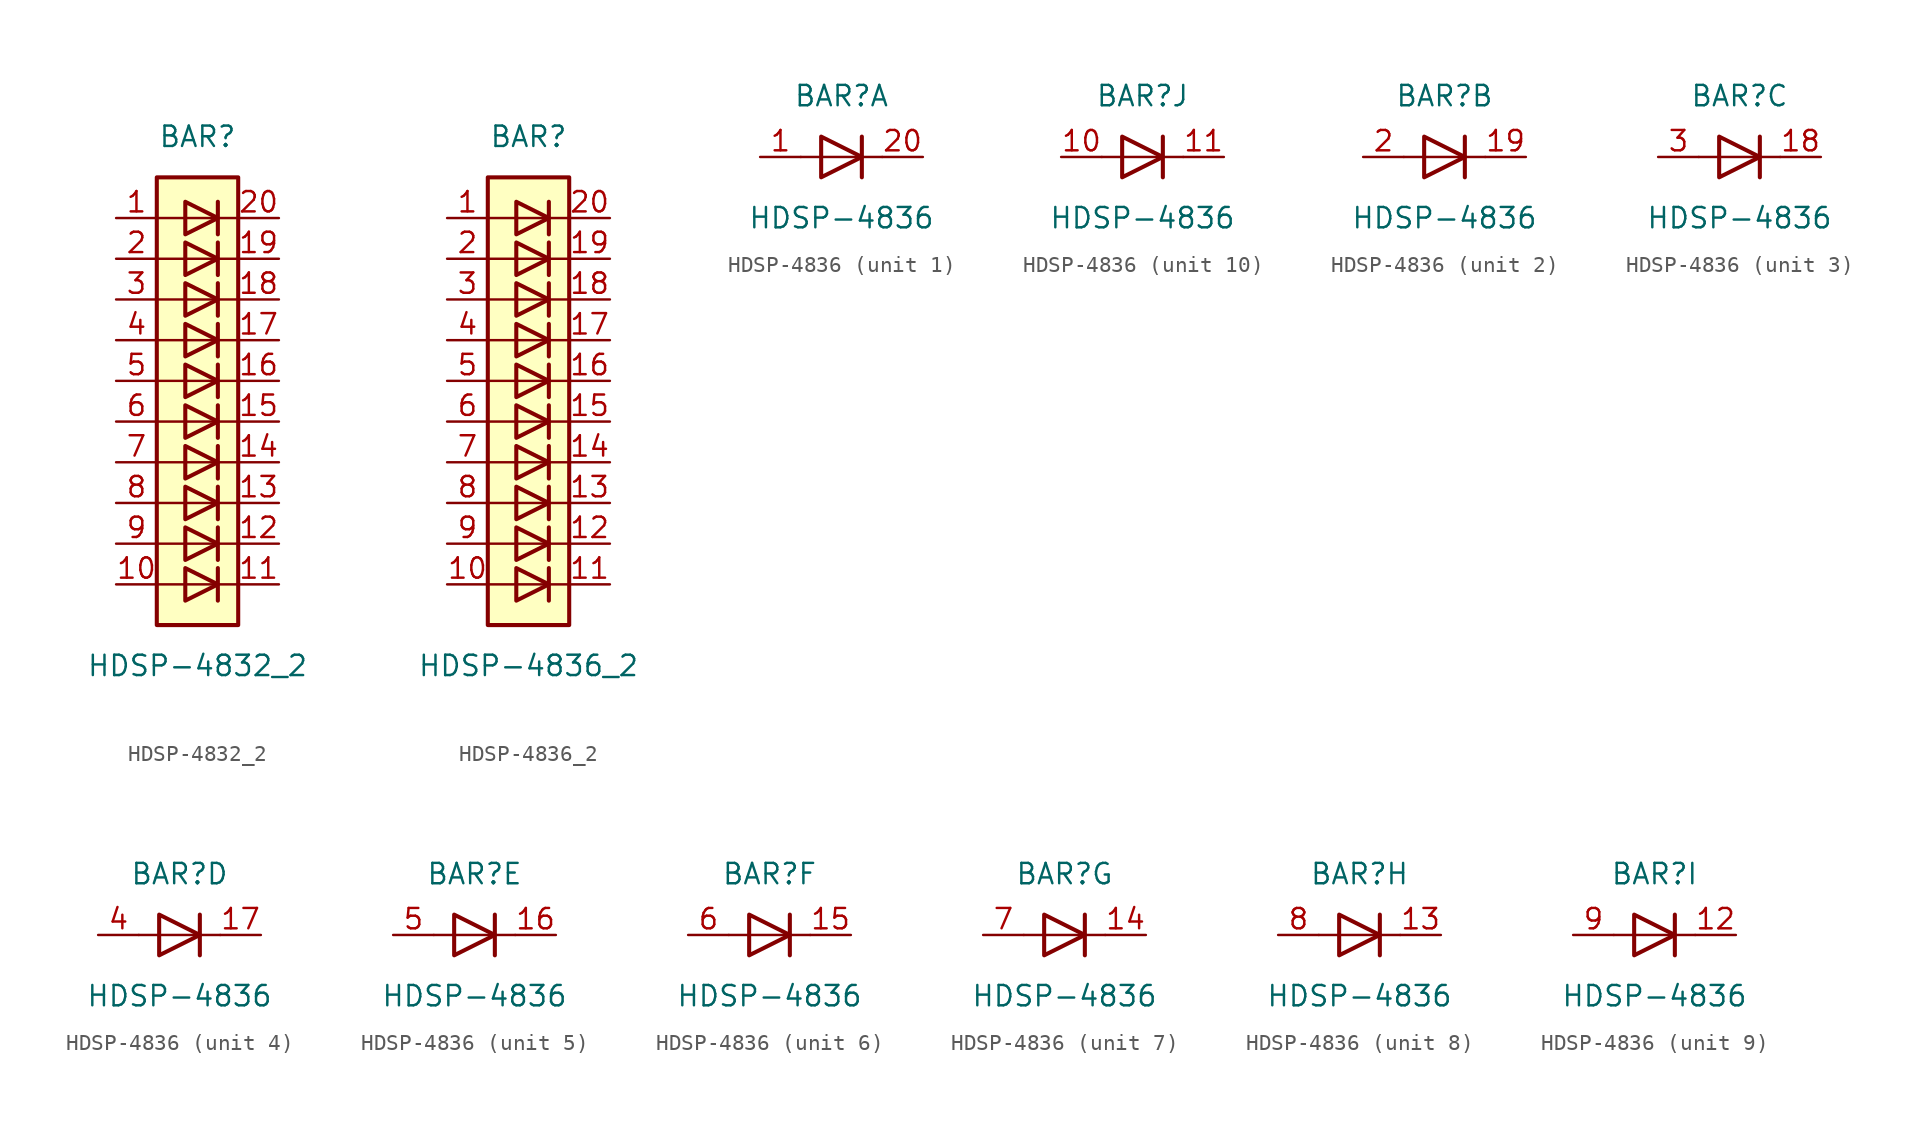
<source format=kicad_sym>
(kicad_symbol_lib
  (version 20201005)
  (generator kicad_symbol_editor)
  (symbol "LED:HDSP-4832_2"
    (pin_names
      (offset 1.016) hide)
    (property "Reference" "BAR"
      (at 0 15.24 0)
      (effects (font (size 1.27 1.27))))
    (property "Value" "HDSP-4832_2"
      (at 0 -17.78 0)
      (effects (font (size 1.27 1.27))))
    (symbol "HDSP-4832_2_0_1"
      (rectangle (start -2.54 12.7) (end 2.54 -15.24) (stroke (width 0.254)) (fill (type background)))
      (polyline (pts (xy -2.54 -12.7) (xy 2.54 -12.7)) (stroke (width 0)) (fill (type none)))
      (polyline (pts (xy -2.54 -10.16) (xy 2.54 -10.16)) (stroke (width 0)) (fill (type none)))
      (polyline (pts (xy -2.54 -7.62) (xy 2.54 -7.62)) (stroke (width 0)) (fill (type none)))
      (polyline (pts (xy -2.54 -5.08) (xy 2.54 -5.08)) (stroke (width 0)) (fill (type none)))
      (polyline (pts (xy -2.54 0) (xy 2.54 0)) (stroke (width 0)) (fill (type none)))
      (polyline (pts (xy -2.54 5.08) (xy 2.54 5.08)) (stroke (width 0)) (fill (type none)))
      (polyline (pts (xy -2.54 7.62) (xy 2.54 7.62)) (stroke (width 0)) (fill (type none)))
      (polyline (pts (xy -2.54 10.16) (xy 2.54 10.16)) (stroke (width 0)) (fill (type none)))
      (polyline (pts (xy 1.27 -11.684) (xy 1.27 -13.716)) (stroke (width 0.254)) (fill (type none)))
      (polyline (pts (xy 1.27 -9.144) (xy 1.27 -11.176)) (stroke (width 0.254)) (fill (type none)))
      (polyline (pts (xy 1.27 -6.604) (xy 1.27 -8.636)) (stroke (width 0.254)) (fill (type none)))
      (polyline (pts (xy 1.27 -4.064) (xy 1.27 -6.096)) (stroke (width 0.254)) (fill (type none)))
      (polyline (pts (xy 1.27 -1.524) (xy 1.27 -3.556)) (stroke (width 0.254)) (fill (type none)))
      (polyline (pts (xy 1.27 1.016) (xy 1.27 -1.016)) (stroke (width 0.254)) (fill (type none)))
      (polyline (pts (xy 1.27 3.556) (xy 1.27 1.524)) (stroke (width 0.254)) (fill (type none)))
      (polyline (pts (xy 1.27 6.096) (xy 1.27 4.064)) (stroke (width 0.254)) (fill (type none)))
      (polyline (pts (xy 1.27 8.636) (xy 1.27 6.604)) (stroke (width 0.254)) (fill (type none)))
      (polyline (pts (xy 1.27 11.176) (xy 1.27 9.144)) (stroke (width 0.254)) (fill (type none)))
      (polyline (pts (xy 2.54 -2.54) (xy -2.54 -2.54)) (stroke (width 0)) (fill (type none)))
      (polyline (pts (xy 2.54 2.54) (xy -2.54 2.54)) (stroke (width 0)) (fill (type none)))
      (polyline (pts (xy -0.762 -11.684) (xy -0.762 -13.716) (xy 1.27 -12.7) (xy -0.762 -11.684)) (stroke (width 0.254)) (fill (type none)))
      (polyline (pts (xy -0.762 -9.144) (xy -0.762 -11.176) (xy 1.27 -10.16) (xy -0.762 -9.144)) (stroke (width 0.254)) (fill (type none)))
      (polyline (pts (xy -0.762 -6.604) (xy -0.762 -8.636) (xy 1.27 -7.62) (xy -0.762 -6.604)) (stroke (width 0.254)) (fill (type none)))
      (polyline (pts (xy -0.762 -4.064) (xy -0.762 -6.096) (xy 1.27 -5.08) (xy -0.762 -4.064)) (stroke (width 0.254)) (fill (type none)))
      (polyline (pts (xy -0.762 -1.524) (xy -0.762 -3.556) (xy 1.27 -2.54) (xy -0.762 -1.524)) (stroke (width 0.254)) (fill (type none)))
      (polyline (pts (xy -0.762 1.016) (xy -0.762 -1.016) (xy 1.27 0) (xy -0.762 1.016)) (stroke (width 0.254)) (fill (type none)))
      (polyline (pts (xy -0.762 3.556) (xy -0.762 1.524) (xy 1.27 2.54) (xy -0.762 3.556)) (stroke (width 0.254)) (fill (type none)))
      (polyline (pts (xy -0.762 6.096) (xy -0.762 4.064) (xy 1.27 5.08) (xy -0.762 6.096)) (stroke (width 0.254)) (fill (type none)))
      (polyline (pts (xy -0.762 8.636) (xy -0.762 6.604) (xy 1.27 7.62) (xy -0.762 8.636)) (stroke (width 0.254)) (fill (type none)))
      (polyline (pts (xy -0.762 11.176) (xy -0.762 9.144) (xy 1.27 10.16) (xy -0.762 11.176)) (stroke (width 0.254)) (fill (type none))))
    (symbol "HDSP-4832_2_1_1"
      (pin passive line (at -5.08 10.16 0) (length 2.54) (name "A" (effects (font (size 1.27 1.27)))) (number "1" (effects (font (size 1.27 1.27)))))
      (pin passive line (at -5.08 -12.7 0) (length 2.54) (name "A" (effects (font (size 1.27 1.27)))) (number "10" (effects (font (size 1.27 1.27)))))
      (pin passive line (at 5.08 -12.7 180) (length 2.54) (name "K" (effects (font (size 1.27 1.27)))) (number "11" (effects (font (size 1.27 1.27)))))
      (pin passive line (at 5.08 -10.16 180) (length 2.54) (name "K" (effects (font (size 1.27 1.27)))) (number "12" (effects (font (size 1.27 1.27)))))
      (pin passive line (at 5.08 -7.62 180) (length 2.54) (name "K" (effects (font (size 1.27 1.27)))) (number "13" (effects (font (size 1.27 1.27)))))
      (pin passive line (at 5.08 -5.08 180) (length 2.54) (name "K" (effects (font (size 1.27 1.27)))) (number "14" (effects (font (size 1.27 1.27)))))
      (pin passive line (at 5.08 -2.54 180) (length 2.54) (name "K" (effects (font (size 1.27 1.27)))) (number "15" (effects (font (size 1.27 1.27)))))
      (pin passive line (at 5.08 0 180) (length 2.54) (name "K" (effects (font (size 1.27 1.27)))) (number "16" (effects (font (size 1.27 1.27)))))
      (pin passive line (at 5.08 2.54 180) (length 2.54) (name "K" (effects (font (size 1.27 1.27)))) (number "17" (effects (font (size 1.27 1.27)))))
      (pin passive line (at 5.08 5.08 180) (length 2.54) (name "K" (effects (font (size 1.27 1.27)))) (number "18" (effects (font (size 1.27 1.27)))))
      (pin passive line (at 5.08 7.62 180) (length 2.54) (name "K" (effects (font (size 1.27 1.27)))) (number "19" (effects (font (size 1.27 1.27)))))
      (pin passive line (at -5.08 7.62 0) (length 2.54) (name "A" (effects (font (size 1.27 1.27)))) (number "2" (effects (font (size 1.27 1.27)))))
      (pin passive line (at 5.08 10.16 180) (length 2.54) (name "K" (effects (font (size 1.27 1.27)))) (number "20" (effects (font (size 1.27 1.27)))))
      (pin passive line (at -5.08 5.08 0) (length 2.54) (name "A" (effects (font (size 1.27 1.27)))) (number "3" (effects (font (size 1.27 1.27)))))
      (pin passive line (at -5.08 2.54 0) (length 2.54) (name "A" (effects (font (size 1.27 1.27)))) (number "4" (effects (font (size 1.27 1.27)))))
      (pin passive line (at -5.08 0 0) (length 2.54) (name "A" (effects (font (size 1.27 1.27)))) (number "5" (effects (font (size 1.27 1.27)))))
      (pin passive line (at -5.08 -2.54 0) (length 2.54) (name "A" (effects (font (size 1.27 1.27)))) (number "6" (effects (font (size 1.27 1.27)))))
      (pin passive line (at -5.08 -5.08 0) (length 2.54) (name "A" (effects (font (size 1.27 1.27)))) (number "7" (effects (font (size 1.27 1.27)))))
      (pin passive line (at -5.08 -7.62 0) (length 2.54) (name "A" (effects (font (size 1.27 1.27)))) (number "8" (effects (font (size 1.27 1.27)))))
      (pin passive line (at -5.08 -10.16 0) (length 2.54) (name "A" (effects (font (size 1.27 1.27)))) (number "9" (effects (font (size 1.27 1.27)))))))
  (symbol "LED:HDSP-4836_2"
    (pin_names
      (offset 1.016) hide)
    (property "Reference" "BAR"
      (at 0 15.24 0)
      (effects (font (size 1.27 1.27))))
    (property "Value" "HDSP-4836_2"
      (at 0 -17.78 0)
      (effects (font (size 1.27 1.27))))
    (symbol "HDSP-4836_2_0_1"
      (rectangle (start -2.54 12.7) (end 2.54 -15.24) (stroke (width 0.254)) (fill (type background)))
      (polyline (pts (xy -2.54 -12.7) (xy 2.54 -12.7)) (stroke (width 0)) (fill (type none)))
      (polyline (pts (xy -2.54 -10.16) (xy 2.54 -10.16)) (stroke (width 0)) (fill (type none)))
      (polyline (pts (xy -2.54 -7.62) (xy 2.54 -7.62)) (stroke (width 0)) (fill (type none)))
      (polyline (pts (xy -2.54 -5.08) (xy 2.54 -5.08)) (stroke (width 0)) (fill (type none)))
      (polyline (pts (xy -2.54 0) (xy 2.54 0)) (stroke (width 0)) (fill (type none)))
      (polyline (pts (xy -2.54 5.08) (xy 2.54 5.08)) (stroke (width 0)) (fill (type none)))
      (polyline (pts (xy -2.54 7.62) (xy 2.54 7.62)) (stroke (width 0)) (fill (type none)))
      (polyline (pts (xy -2.54 10.16) (xy 2.54 10.16)) (stroke (width 0)) (fill (type none)))
      (polyline (pts (xy 1.27 -11.684) (xy 1.27 -13.716)) (stroke (width 0.254)) (fill (type none)))
      (polyline (pts (xy 1.27 -9.144) (xy 1.27 -11.176)) (stroke (width 0.254)) (fill (type none)))
      (polyline (pts (xy 1.27 -6.604) (xy 1.27 -8.636)) (stroke (width 0.254)) (fill (type none)))
      (polyline (pts (xy 1.27 -4.064) (xy 1.27 -6.096)) (stroke (width 0.254)) (fill (type none)))
      (polyline (pts (xy 1.27 -1.524) (xy 1.27 -3.556)) (stroke (width 0.254)) (fill (type none)))
      (polyline (pts (xy 1.27 1.016) (xy 1.27 -1.016)) (stroke (width 0.254)) (fill (type none)))
      (polyline (pts (xy 1.27 3.556) (xy 1.27 1.524)) (stroke (width 0.254)) (fill (type none)))
      (polyline (pts (xy 1.27 6.096) (xy 1.27 4.064)) (stroke (width 0.254)) (fill (type none)))
      (polyline (pts (xy 1.27 8.636) (xy 1.27 6.604)) (stroke (width 0.254)) (fill (type none)))
      (polyline (pts (xy 1.27 11.176) (xy 1.27 9.144)) (stroke (width 0.254)) (fill (type none)))
      (polyline (pts (xy 2.54 -2.54) (xy -2.54 -2.54)) (stroke (width 0)) (fill (type none)))
      (polyline (pts (xy 2.54 2.54) (xy -2.54 2.54)) (stroke (width 0)) (fill (type none)))
      (polyline (pts (xy -0.762 -11.684) (xy -0.762 -13.716) (xy 1.27 -12.7) (xy -0.762 -11.684)) (stroke (width 0.254)) (fill (type none)))
      (polyline (pts (xy -0.762 -9.144) (xy -0.762 -11.176) (xy 1.27 -10.16) (xy -0.762 -9.144)) (stroke (width 0.254)) (fill (type none)))
      (polyline (pts (xy -0.762 -6.604) (xy -0.762 -8.636) (xy 1.27 -7.62) (xy -0.762 -6.604)) (stroke (width 0.254)) (fill (type none)))
      (polyline (pts (xy -0.762 -4.064) (xy -0.762 -6.096) (xy 1.27 -5.08) (xy -0.762 -4.064)) (stroke (width 0.254)) (fill (type none)))
      (polyline (pts (xy -0.762 -1.524) (xy -0.762 -3.556) (xy 1.27 -2.54) (xy -0.762 -1.524)) (stroke (width 0.254)) (fill (type none)))
      (polyline (pts (xy -0.762 1.016) (xy -0.762 -1.016) (xy 1.27 0) (xy -0.762 1.016)) (stroke (width 0.254)) (fill (type none)))
      (polyline (pts (xy -0.762 3.556) (xy -0.762 1.524) (xy 1.27 2.54) (xy -0.762 3.556)) (stroke (width 0.254)) (fill (type none)))
      (polyline (pts (xy -0.762 6.096) (xy -0.762 4.064) (xy 1.27 5.08) (xy -0.762 6.096)) (stroke (width 0.254)) (fill (type none)))
      (polyline (pts (xy -0.762 8.636) (xy -0.762 6.604) (xy 1.27 7.62) (xy -0.762 8.636)) (stroke (width 0.254)) (fill (type none)))
      (polyline (pts (xy -0.762 11.176) (xy -0.762 9.144) (xy 1.27 10.16) (xy -0.762 11.176)) (stroke (width 0.254)) (fill (type none))))
    (symbol "HDSP-4836_2_1_1"
      (pin passive line (at -5.08 10.16 0) (length 2.54) (name "A" (effects (font (size 1.27 1.27)))) (number "1" (effects (font (size 1.27 1.27)))))
      (pin passive line (at -5.08 -12.7 0) (length 2.54) (name "A" (effects (font (size 1.27 1.27)))) (number "10" (effects (font (size 1.27 1.27)))))
      (pin passive line (at 5.08 -12.7 180) (length 2.54) (name "K" (effects (font (size 1.27 1.27)))) (number "11" (effects (font (size 1.27 1.27)))))
      (pin passive line (at 5.08 -10.16 180) (length 2.54) (name "K" (effects (font (size 1.27 1.27)))) (number "12" (effects (font (size 1.27 1.27)))))
      (pin passive line (at 5.08 -7.62 180) (length 2.54) (name "K" (effects (font (size 1.27 1.27)))) (number "13" (effects (font (size 1.27 1.27)))))
      (pin passive line (at 5.08 -5.08 180) (length 2.54) (name "K" (effects (font (size 1.27 1.27)))) (number "14" (effects (font (size 1.27 1.27)))))
      (pin passive line (at 5.08 -2.54 180) (length 2.54) (name "K" (effects (font (size 1.27 1.27)))) (number "15" (effects (font (size 1.27 1.27)))))
      (pin passive line (at 5.08 0 180) (length 2.54) (name "K" (effects (font (size 1.27 1.27)))) (number "16" (effects (font (size 1.27 1.27)))))
      (pin passive line (at 5.08 2.54 180) (length 2.54) (name "K" (effects (font (size 1.27 1.27)))) (number "17" (effects (font (size 1.27 1.27)))))
      (pin passive line (at 5.08 5.08 180) (length 2.54) (name "K" (effects (font (size 1.27 1.27)))) (number "18" (effects (font (size 1.27 1.27)))))
      (pin passive line (at 5.08 7.62 180) (length 2.54) (name "K" (effects (font (size 1.27 1.27)))) (number "19" (effects (font (size 1.27 1.27)))))
      (pin passive line (at -5.08 7.62 0) (length 2.54) (name "A" (effects (font (size 1.27 1.27)))) (number "2" (effects (font (size 1.27 1.27)))))
      (pin passive line (at 5.08 10.16 180) (length 2.54) (name "K" (effects (font (size 1.27 1.27)))) (number "20" (effects (font (size 1.27 1.27)))))
      (pin passive line (at -5.08 5.08 0) (length 2.54) (name "A" (effects (font (size 1.27 1.27)))) (number "3" (effects (font (size 1.27 1.27)))))
      (pin passive line (at -5.08 2.54 0) (length 2.54) (name "A" (effects (font (size 1.27 1.27)))) (number "4" (effects (font (size 1.27 1.27)))))
      (pin passive line (at -5.08 0 0) (length 2.54) (name "A" (effects (font (size 1.27 1.27)))) (number "5" (effects (font (size 1.27 1.27)))))
      (pin passive line (at -5.08 -2.54 0) (length 2.54) (name "A" (effects (font (size 1.27 1.27)))) (number "6" (effects (font (size 1.27 1.27)))))
      (pin passive line (at -5.08 -5.08 0) (length 2.54) (name "A" (effects (font (size 1.27 1.27)))) (number "7" (effects (font (size 1.27 1.27)))))
      (pin passive line (at -5.08 -7.62 0) (length 2.54) (name "A" (effects (font (size 1.27 1.27)))) (number "8" (effects (font (size 1.27 1.27)))))
      (pin passive line (at -5.08 -10.16 0) (length 2.54) (name "A" (effects (font (size 1.27 1.27)))) (number "9" (effects (font (size 1.27 1.27)))))))
  (symbol "LED:HDSP-4836"
    (pin_names
      (offset 1.016) hide)
    (property "Reference" "BAR"
      (at 0 3.81 0)
      (effects (font (size 1.27 1.27))))
    (property "Value" "HDSP-4836"
      (at 0 -3.81 0)
      (effects (font (size 1.27 1.27))))
    (symbol "HDSP-4836_0_1"
      (polyline (pts (xy -2.54 0) (xy 2.54 0)) (stroke (width 0)) (fill (type none)))
      (polyline (pts (xy 1.27 -1.27) (xy 1.27 1.27)) (stroke (width 0.254)) (fill (type none)))
      (polyline (pts (xy -1.27 1.27) (xy -1.27 -1.27) (xy 1.27 0) (xy -1.27 1.27)) (stroke (width 0.254)) (fill (type none))))
    (symbol "HDSP-4836_1_1"
      (pin passive line (at -5.08 0 0) (length 2.54) (name "A" (effects (font (size 1.27 1.27)))) (number "1" (effects (font (size 1.27 1.27)))))
      (pin passive line (at 5.08 0 180) (length 2.54) (name "K" (effects (font (size 1.27 1.27)))) (number "20" (effects (font (size 1.27 1.27))))))
    (symbol "HDSP-4836_2_1"
      (pin passive line (at 5.08 0 180) (length 2.54) (name "K" (effects (font (size 1.27 1.27)))) (number "19" (effects (font (size 1.27 1.27)))))
      (pin passive line (at -5.08 0 0) (length 2.54) (name "A" (effects (font (size 1.27 1.27)))) (number "2" (effects (font (size 1.27 1.27))))))
    (symbol "HDSP-4836_3_1"
      (pin passive line (at 5.08 0 180) (length 2.54) (name "K" (effects (font (size 1.27 1.27)))) (number "18" (effects (font (size 1.27 1.27)))))
      (pin passive line (at -5.08 0 0) (length 2.54) (name "A" (effects (font (size 1.27 1.27)))) (number "3" (effects (font (size 1.27 1.27))))))
    (symbol "HDSP-4836_4_1"
      (pin passive line (at 5.08 0 180) (length 2.54) (name "K" (effects (font (size 1.27 1.27)))) (number "17" (effects (font (size 1.27 1.27)))))
      (pin passive line (at -5.08 0 0) (length 2.54) (name "A" (effects (font (size 1.27 1.27)))) (number "4" (effects (font (size 1.27 1.27))))))
    (symbol "HDSP-4836_5_1"
      (pin passive line (at 5.08 0 180) (length 2.54) (name "K" (effects (font (size 1.27 1.27)))) (number "16" (effects (font (size 1.27 1.27)))))
      (pin passive line (at -5.08 0 0) (length 2.54) (name "A" (effects (font (size 1.27 1.27)))) (number "5" (effects (font (size 1.27 1.27))))))
    (symbol "HDSP-4836_6_1"
      (pin passive line (at 5.08 0 180) (length 2.54) (name "K" (effects (font (size 1.27 1.27)))) (number "15" (effects (font (size 1.27 1.27)))))
      (pin passive line (at -5.08 0 0) (length 2.54) (name "A" (effects (font (size 1.27 1.27)))) (number "6" (effects (font (size 1.27 1.27))))))
    (symbol "HDSP-4836_7_1"
      (pin passive line (at 5.08 0 180) (length 2.54) (name "K" (effects (font (size 1.27 1.27)))) (number "14" (effects (font (size 1.27 1.27)))))
      (pin passive line (at -5.08 0 0) (length 2.54) (name "A" (effects (font (size 1.27 1.27)))) (number "7" (effects (font (size 1.27 1.27))))))
    (symbol "HDSP-4836_8_1"
      (pin passive line (at 5.08 0 180) (length 2.54) (name "K" (effects (font (size 1.27 1.27)))) (number "13" (effects (font (size 1.27 1.27)))))
      (pin passive line (at -5.08 0 0) (length 2.54) (name "A" (effects (font (size 1.27 1.27)))) (number "8" (effects (font (size 1.27 1.27))))))
    (symbol "HDSP-4836_9_1"
      (pin passive line (at 5.08 0 180) (length 2.54) (name "K" (effects (font (size 1.27 1.27)))) (number "12" (effects (font (size 1.27 1.27)))))
      (pin passive line (at -5.08 0 0) (length 2.54) (name "A" (effects (font (size 1.27 1.27)))) (number "9" (effects (font (size 1.27 1.27))))))
    (symbol "HDSP-4836_10_1"
      (pin passive line (at -5.08 0 0) (length 2.54) (name "A" (effects (font (size 1.27 1.27)))) (number "10" (effects (font (size 1.27 1.27)))))
      (pin passive line (at 5.08 0 180) (length 2.54) (name "K" (effects (font (size 1.27 1.27)))) (number "11" (effects (font (size 1.27 1.27))))))))
</source>
